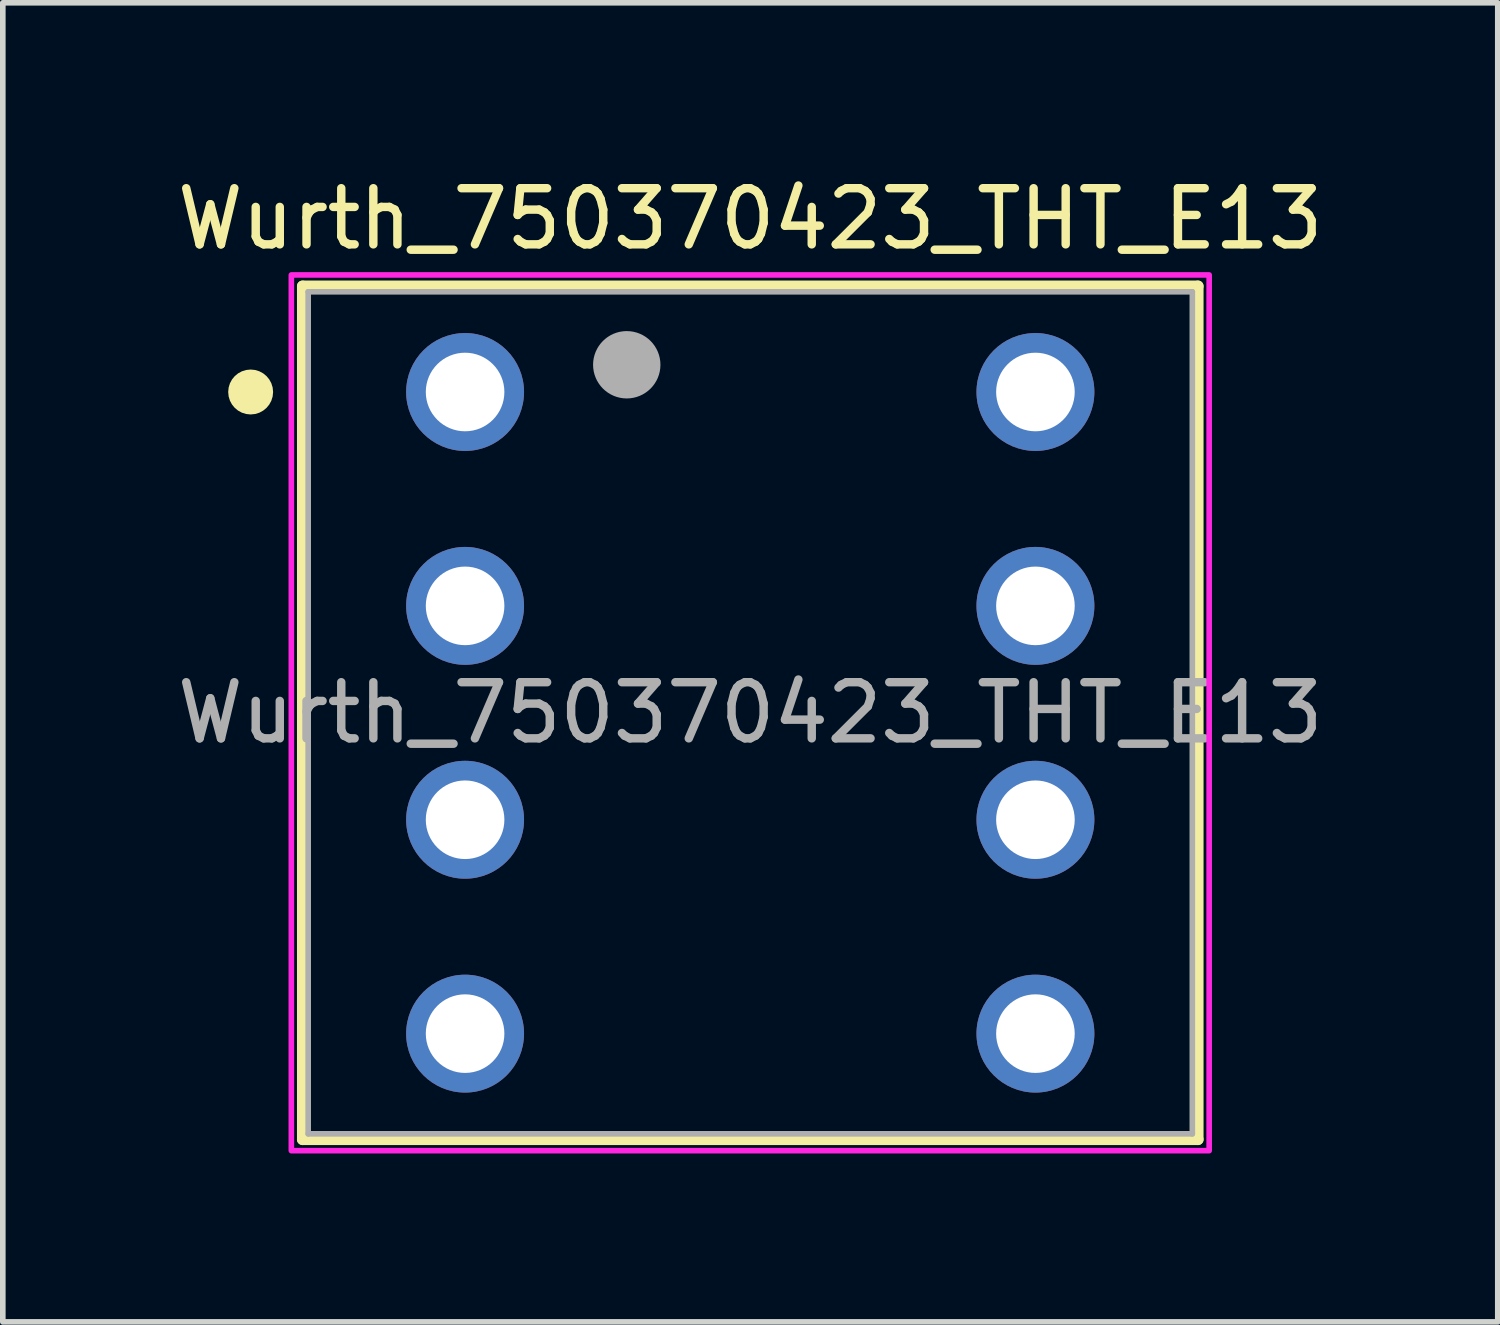
<source format=kicad_pcb>
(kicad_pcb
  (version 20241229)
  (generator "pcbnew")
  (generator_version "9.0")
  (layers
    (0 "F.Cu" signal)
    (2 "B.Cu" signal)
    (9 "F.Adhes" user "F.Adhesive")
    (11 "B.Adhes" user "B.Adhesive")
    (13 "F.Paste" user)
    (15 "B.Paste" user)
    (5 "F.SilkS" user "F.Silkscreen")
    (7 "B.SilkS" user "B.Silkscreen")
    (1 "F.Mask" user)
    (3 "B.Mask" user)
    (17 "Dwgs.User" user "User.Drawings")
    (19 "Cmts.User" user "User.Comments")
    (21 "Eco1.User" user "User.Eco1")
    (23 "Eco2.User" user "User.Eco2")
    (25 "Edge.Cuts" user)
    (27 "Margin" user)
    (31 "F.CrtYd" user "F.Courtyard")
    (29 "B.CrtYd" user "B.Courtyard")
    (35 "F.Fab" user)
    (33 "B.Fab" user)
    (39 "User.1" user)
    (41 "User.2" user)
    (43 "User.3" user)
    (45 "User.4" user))
  (footprint "Wurth_750370423_THT_E13"
    (layer "F.Cu")
    (at 10.315 9.648)
    (property "Reference" "Wurth_750370423_THT_E13" (at 0 -8.8 0) (layer "F.SilkS") (effects (font (size 1 1) (thickness 0.15))))
    (attr through_hole)
    (fp_line (start -7.975 -7.6) (end -7.975 7.6) (stroke (width 0.2) (type solid)) (layer "F.SilkS"))
    (fp_line (start -7.975 -7.6) (end 7.975 -7.6) (stroke (width 0.2) (type solid)) (layer "F.SilkS"))
    (fp_line (start -7.975 7.6) (end 7.975 7.6) (stroke (width 0.2) (type solid)) (layer "F.SilkS"))
    (fp_line (start 7.975 -7.6) (end 7.975 7.6) (stroke (width 0.2) (type solid)) (layer "F.SilkS"))
    (fp_circle (center -8.9 -5.715) (end -8.7 -5.715) (stroke (width 0.4) (type solid)) (fill no) (layer "F.SilkS"))
    (fp_poly (pts (xy -8.175 -7.8) (xy -8.175 7.8) (xy 8.175 7.8) (xy 8.175 -7.8)) (stroke (width 0.1) (type solid)) (fill no) (layer "F.CrtYd"))
    (fp_line (start -7.875 -7.5) (end -7.875 7.5) (stroke (width 0.1) (type solid)) (layer "F.Fab"))
    (fp_line (start -7.875 -7.5) (end 7.875 -7.5) (stroke (width 0.1) (type solid)) (layer "F.Fab"))
    (fp_line (start -7.875 7.5) (end 7.875 7.5) (stroke (width 0.1) (type solid)) (layer "F.Fab"))
    (fp_line (start 7.875 -7.5) (end 7.875 7.5) (stroke (width 0.1) (type solid)) (layer "F.Fab"))
    (fp_circle (center -2.2 -6.2) (end -1.9 -6.2) (stroke (width 0.6) (type solid)) (fill no) (layer "F.Fab"))
    (fp_text user "${REFERENCE}" (at 0 0 0) (unlocked yes) (layer "F.Fab") (effects (font (size 1 1) (thickness 0.15))))
    (pad "1" thru_hole circle (at -5.08 -5.715) (size 2.1 2.1) (drill 1.4) (layers "*.Cu" "*.Mask"))
    (pad "2" thru_hole circle (at -5.08 -1.905) (size 2.1 2.1) (drill 1.4) (layers "*.Cu" "*.Mask"))
    (pad "3" thru_hole circle (at -5.08 1.905) (size 2.1 2.1) (drill 1.4) (layers "*.Cu" "*.Mask"))
    (pad "4" thru_hole circle (at -5.08 5.715) (size 2.1 2.1) (drill 1.4) (layers "*.Cu" "*.Mask"))
    (pad "5" thru_hole circle (at 5.08 5.715) (size 2.1 2.1) (drill 1.4) (layers "*.Cu" "*.Mask"))
    (pad "6" thru_hole circle (at 5.08 1.905) (size 2.1 2.1) (drill 1.4) (layers "*.Cu" "*.Mask"))
    (pad "7" thru_hole circle (at 5.08 -1.905) (size 2.1 2.1) (drill 1.4) (layers "*.Cu" "*.Mask"))
    (pad "8" thru_hole circle (at 5.08 -5.715) (size 2.1 2.1) (drill 1.4) (layers "*.Cu" "*.Mask")))
  (gr_rect
    (start -3 -3)
    (end 23.631 20.498)
    (stroke (width 0.1) (type default))
    (fill no)
    (layer "Edge.Cuts")))
</source>
